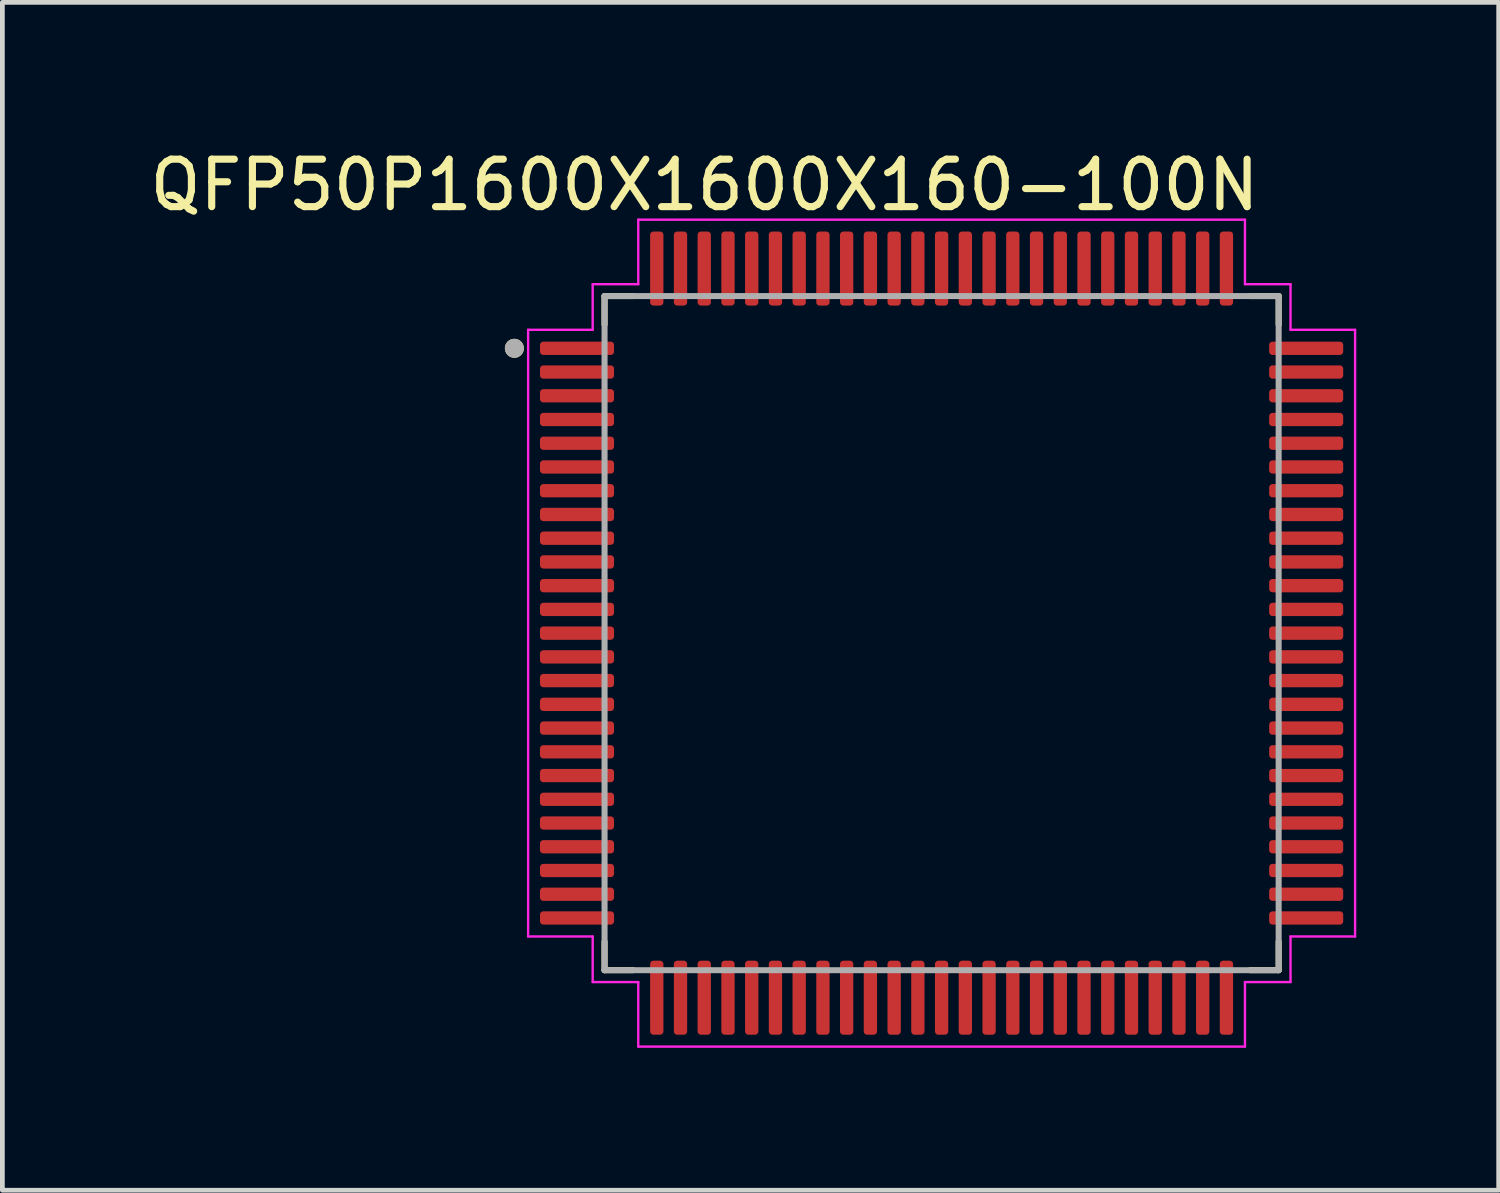
<source format=kicad_pcb>
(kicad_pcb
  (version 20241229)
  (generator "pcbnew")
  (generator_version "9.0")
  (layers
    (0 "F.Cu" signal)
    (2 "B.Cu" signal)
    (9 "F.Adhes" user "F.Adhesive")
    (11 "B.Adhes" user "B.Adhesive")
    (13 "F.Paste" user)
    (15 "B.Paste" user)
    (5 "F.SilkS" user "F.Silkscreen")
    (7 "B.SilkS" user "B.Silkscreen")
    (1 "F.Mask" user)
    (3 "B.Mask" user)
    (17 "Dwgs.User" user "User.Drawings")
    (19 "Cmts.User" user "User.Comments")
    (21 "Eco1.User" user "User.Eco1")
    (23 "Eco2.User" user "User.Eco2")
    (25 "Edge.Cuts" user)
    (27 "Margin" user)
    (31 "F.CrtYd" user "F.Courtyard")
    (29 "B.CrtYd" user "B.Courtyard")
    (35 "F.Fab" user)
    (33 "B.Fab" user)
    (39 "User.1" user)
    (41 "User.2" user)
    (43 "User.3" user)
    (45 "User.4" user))
  (footprint "QFP50P1600X1600X160-100N"
    (layer "F.Cu")
    (at 16.785 10.287)
    (property "Reference" "QFP50P1600X1600X160-100N" (at -4.994 -9.439 0) (layer "F.SilkS") (effects (font (size 1 1) (thickness 0.15))))
    (attr smd)
    (fp_line (start -7.1 -7.1) (end -7.1 -6.5) (stroke (width 0.127) (type solid)) (layer "F.SilkS"))
    (fp_line (start -7.1 6.5) (end -7.1 7.1) (stroke (width 0.127) (type solid)) (layer "F.SilkS"))
    (fp_line (start -7.1 7.1) (end -6.5 7.1) (stroke (width 0.127) (type solid)) (layer "F.SilkS"))
    (fp_line (start -6.5 -7.1) (end -7.1 -7.1) (stroke (width 0.127) (type solid)) (layer "F.SilkS"))
    (fp_line (start 6.5 -7.1) (end 7.1 -7.1) (stroke (width 0.127) (type solid)) (layer "F.SilkS"))
    (fp_line (start 7.1 -7.1) (end 7.1 -6.5) (stroke (width 0.127) (type solid)) (layer "F.SilkS"))
    (fp_line (start 7.1 6.5) (end 7.1 7.1) (stroke (width 0.127) (type solid)) (layer "F.SilkS"))
    (fp_line (start 7.1 7.1) (end 6.5 7.1) (stroke (width 0.127) (type solid)) (layer "F.SilkS"))
    (fp_circle (center -9 -6) (end -8.9 -6) (stroke (width 0.2) (type solid)) (fill no) (layer "F.SilkS"))
    (fp_line (start -8.71 -6.39) (end -7.35 -6.39) (stroke (width 0.05) (type solid)) (layer "F.CrtYd"))
    (fp_line (start -8.71 6.39) (end -8.71 -6.39) (stroke (width 0.05) (type solid)) (layer "F.CrtYd"))
    (fp_line (start -7.35 -7.35) (end -6.39 -7.35) (stroke (width 0.05) (type solid)) (layer "F.CrtYd"))
    (fp_line (start -7.35 -6.39) (end -7.35 -7.35) (stroke (width 0.05) (type solid)) (layer "F.CrtYd"))
    (fp_line (start -7.35 6.39) (end -8.71 6.39) (stroke (width 0.05) (type solid)) (layer "F.CrtYd"))
    (fp_line (start -7.35 7.35) (end -7.35 6.39) (stroke (width 0.05) (type solid)) (layer "F.CrtYd"))
    (fp_line (start -6.39 -8.71) (end 6.39 -8.71) (stroke (width 0.05) (type solid)) (layer "F.CrtYd"))
    (fp_line (start -6.39 -7.35) (end -6.39 -8.71) (stroke (width 0.05) (type solid)) (layer "F.CrtYd"))
    (fp_line (start -6.39 7.35) (end -7.35 7.35) (stroke (width 0.05) (type solid)) (layer "F.CrtYd"))
    (fp_line (start -6.39 8.71) (end -6.39 7.35) (stroke (width 0.05) (type solid)) (layer "F.CrtYd"))
    (fp_line (start 6.39 -8.71) (end 6.39 -7.35) (stroke (width 0.05) (type solid)) (layer "F.CrtYd"))
    (fp_line (start 6.39 -7.35) (end 7.35 -7.35) (stroke (width 0.05) (type solid)) (layer "F.CrtYd"))
    (fp_line (start 6.39 7.35) (end 6.39 8.71) (stroke (width 0.05) (type solid)) (layer "F.CrtYd"))
    (fp_line (start 6.39 8.71) (end -6.39 8.71) (stroke (width 0.05) (type solid)) (layer "F.CrtYd"))
    (fp_line (start 7.35 -7.35) (end 7.35 -6.39) (stroke (width 0.05) (type solid)) (layer "F.CrtYd"))
    (fp_line (start 7.35 -6.39) (end 8.71 -6.39) (stroke (width 0.05) (type solid)) (layer "F.CrtYd"))
    (fp_line (start 7.35 6.39) (end 7.35 7.35) (stroke (width 0.05) (type solid)) (layer "F.CrtYd"))
    (fp_line (start 7.35 7.35) (end 6.39 7.35) (stroke (width 0.05) (type solid)) (layer "F.CrtYd"))
    (fp_line (start 8.71 -6.39) (end 8.71 6.39) (stroke (width 0.05) (type solid)) (layer "F.CrtYd"))
    (fp_line (start 8.71 6.39) (end 7.35 6.39) (stroke (width 0.05) (type solid)) (layer "F.CrtYd"))
    (fp_line (start -7.1 -7.1) (end 7.1 -7.1) (stroke (width 0.127) (type solid)) (layer "F.Fab"))
    (fp_line (start -7.1 7.1) (end -7.1 -7.1) (stroke (width 0.127) (type solid)) (layer "F.Fab"))
    (fp_line (start 7.1 -7.1) (end 7.1 7.1) (stroke (width 0.127) (type solid)) (layer "F.Fab"))
    (fp_line (start 7.1 7.1) (end -7.1 7.1) (stroke (width 0.127) (type solid)) (layer "F.Fab"))
    (fp_circle (center -9 -6) (end -8.9 -6) (stroke (width 0.2) (type solid)) (fill no) (layer "F.Fab"))
    (pad "1" smd roundrect (at -7.68 -6) (size 1.56 0.28) (layers "F.Cu" "F.Mask" "F.Paste") (roundrect_rratio 0.25))
    (pad "2" smd roundrect (at -7.68 -5.5) (size 1.56 0.28) (layers "F.Cu" "F.Mask" "F.Paste") (roundrect_rratio 0.25))
    (pad "3" smd roundrect (at -7.68 -5) (size 1.56 0.28) (layers "F.Cu" "F.Mask" "F.Paste") (roundrect_rratio 0.25))
    (pad "4" smd roundrect (at -7.68 -4.5) (size 1.56 0.28) (layers "F.Cu" "F.Mask" "F.Paste") (roundrect_rratio 0.25))
    (pad "5" smd roundrect (at -7.68 -4) (size 1.56 0.28) (layers "F.Cu" "F.Mask" "F.Paste") (roundrect_rratio 0.25))
    (pad "6" smd roundrect (at -7.68 -3.5) (size 1.56 0.28) (layers "F.Cu" "F.Mask" "F.Paste") (roundrect_rratio 0.25))
    (pad "7" smd roundrect (at -7.68 -3) (size 1.56 0.28) (layers "F.Cu" "F.Mask" "F.Paste") (roundrect_rratio 0.25))
    (pad "8" smd roundrect (at -7.68 -2.5) (size 1.56 0.28) (layers "F.Cu" "F.Mask" "F.Paste") (roundrect_rratio 0.25))
    (pad "9" smd roundrect (at -7.68 -2) (size 1.56 0.28) (layers "F.Cu" "F.Mask" "F.Paste") (roundrect_rratio 0.25))
    (pad "10" smd roundrect (at -7.68 -1.5) (size 1.56 0.28) (layers "F.Cu" "F.Mask" "F.Paste") (roundrect_rratio 0.25))
    (pad "11" smd roundrect (at -7.68 -1) (size 1.56 0.28) (layers "F.Cu" "F.Mask" "F.Paste") (roundrect_rratio 0.25))
    (pad "12" smd roundrect (at -7.68 -0.5) (size 1.56 0.28) (layers "F.Cu" "F.Mask" "F.Paste") (roundrect_rratio 0.25))
    (pad "13" smd roundrect (at -7.68 0) (size 1.56 0.28) (layers "F.Cu" "F.Mask" "F.Paste") (roundrect_rratio 0.25))
    (pad "14" smd roundrect (at -7.68 0.5) (size 1.56 0.28) (layers "F.Cu" "F.Mask" "F.Paste") (roundrect_rratio 0.25))
    (pad "15" smd roundrect (at -7.68 1) (size 1.56 0.28) (layers "F.Cu" "F.Mask" "F.Paste") (roundrect_rratio 0.25))
    (pad "16" smd roundrect (at -7.68 1.5) (size 1.56 0.28) (layers "F.Cu" "F.Mask" "F.Paste") (roundrect_rratio 0.25))
    (pad "17" smd roundrect (at -7.68 2) (size 1.56 0.28) (layers "F.Cu" "F.Mask" "F.Paste") (roundrect_rratio 0.25))
    (pad "18" smd roundrect (at -7.68 2.5) (size 1.56 0.28) (layers "F.Cu" "F.Mask" "F.Paste") (roundrect_rratio 0.25))
    (pad "19" smd roundrect (at -7.68 3) (size 1.56 0.28) (layers "F.Cu" "F.Mask" "F.Paste") (roundrect_rratio 0.25))
    (pad "20" smd roundrect (at -7.68 3.5) (size 1.56 0.28) (layers "F.Cu" "F.Mask" "F.Paste") (roundrect_rratio 0.25))
    (pad "21" smd roundrect (at -7.68 4) (size 1.56 0.28) (layers "F.Cu" "F.Mask" "F.Paste") (roundrect_rratio 0.25))
    (pad "22" smd roundrect (at -7.68 4.5) (size 1.56 0.28) (layers "F.Cu" "F.Mask" "F.Paste") (roundrect_rratio 0.25))
    (pad "23" smd roundrect (at -7.68 5) (size 1.56 0.28) (layers "F.Cu" "F.Mask" "F.Paste") (roundrect_rratio 0.25))
    (pad "24" smd roundrect (at -7.68 5.5) (size 1.56 0.28) (layers "F.Cu" "F.Mask" "F.Paste") (roundrect_rratio 0.25))
    (pad "25" smd roundrect (at -7.68 6) (size 1.56 0.28) (layers "F.Cu" "F.Mask" "F.Paste") (roundrect_rratio 0.25))
    (pad "26" smd roundrect (at -6 7.68) (size 0.28 1.56) (layers "F.Cu" "F.Mask" "F.Paste") (roundrect_rratio 0.25))
    (pad "27" smd roundrect (at -5.5 7.68) (size 0.28 1.56) (layers "F.Cu" "F.Mask" "F.Paste") (roundrect_rratio 0.25))
    (pad "28" smd roundrect (at -5 7.68) (size 0.28 1.56) (layers "F.Cu" "F.Mask" "F.Paste") (roundrect_rratio 0.25))
    (pad "29" smd roundrect (at -4.5 7.68) (size 0.28 1.56) (layers "F.Cu" "F.Mask" "F.Paste") (roundrect_rratio 0.25))
    (pad "30" smd roundrect (at -4 7.68) (size 0.28 1.56) (layers "F.Cu" "F.Mask" "F.Paste") (roundrect_rratio 0.25))
    (pad "31" smd roundrect (at -3.5 7.68) (size 0.28 1.56) (layers "F.Cu" "F.Mask" "F.Paste") (roundrect_rratio 0.25))
    (pad "32" smd roundrect (at -3 7.68) (size 0.28 1.56) (layers "F.Cu" "F.Mask" "F.Paste") (roundrect_rratio 0.25))
    (pad "33" smd roundrect (at -2.5 7.68) (size 0.28 1.56) (layers "F.Cu" "F.Mask" "F.Paste") (roundrect_rratio 0.25))
    (pad "34" smd roundrect (at -2 7.68) (size 0.28 1.56) (layers "F.Cu" "F.Mask" "F.Paste") (roundrect_rratio 0.25))
    (pad "35" smd roundrect (at -1.5 7.68) (size 0.28 1.56) (layers "F.Cu" "F.Mask" "F.Paste") (roundrect_rratio 0.25))
    (pad "36" smd roundrect (at -1 7.68) (size 0.28 1.56) (layers "F.Cu" "F.Mask" "F.Paste") (roundrect_rratio 0.25))
    (pad "37" smd roundrect (at -0.5 7.68) (size 0.28 1.56) (layers "F.Cu" "F.Mask" "F.Paste") (roundrect_rratio 0.25))
    (pad "38" smd roundrect (at 0 7.68) (size 0.28 1.56) (layers "F.Cu" "F.Mask" "F.Paste") (roundrect_rratio 0.25))
    (pad "39" smd roundrect (at 0.5 7.68) (size 0.28 1.56) (layers "F.Cu" "F.Mask" "F.Paste") (roundrect_rratio 0.25))
    (pad "40" smd roundrect (at 1 7.68) (size 0.28 1.56) (layers "F.Cu" "F.Mask" "F.Paste") (roundrect_rratio 0.25))
    (pad "41" smd roundrect (at 1.5 7.68) (size 0.28 1.56) (layers "F.Cu" "F.Mask" "F.Paste") (roundrect_rratio 0.25))
    (pad "42" smd roundrect (at 2 7.68) (size 0.28 1.56) (layers "F.Cu" "F.Mask" "F.Paste") (roundrect_rratio 0.25))
    (pad "43" smd roundrect (at 2.5 7.68) (size 0.28 1.56) (layers "F.Cu" "F.Mask" "F.Paste") (roundrect_rratio 0.25))
    (pad "44" smd roundrect (at 3 7.68) (size 0.28 1.56) (layers "F.Cu" "F.Mask" "F.Paste") (roundrect_rratio 0.25))
    (pad "45" smd roundrect (at 3.5 7.68) (size 0.28 1.56) (layers "F.Cu" "F.Mask" "F.Paste") (roundrect_rratio 0.25))
    (pad "46" smd roundrect (at 4 7.68) (size 0.28 1.56) (layers "F.Cu" "F.Mask" "F.Paste") (roundrect_rratio 0.25))
    (pad "47" smd roundrect (at 4.5 7.68) (size 0.28 1.56) (layers "F.Cu" "F.Mask" "F.Paste") (roundrect_rratio 0.25))
    (pad "48" smd roundrect (at 5 7.68) (size 0.28 1.56) (layers "F.Cu" "F.Mask" "F.Paste") (roundrect_rratio 0.25))
    (pad "49" smd roundrect (at 5.5 7.68) (size 0.28 1.56) (layers "F.Cu" "F.Mask" "F.Paste") (roundrect_rratio 0.25))
    (pad "50" smd roundrect (at 6 7.68) (size 0.28 1.56) (layers "F.Cu" "F.Mask" "F.Paste") (roundrect_rratio 0.25))
    (pad "51" smd roundrect (at 7.68 6) (size 1.56 0.28) (layers "F.Cu" "F.Mask" "F.Paste") (roundrect_rratio 0.25))
    (pad "52" smd roundrect (at 7.68 5.5) (size 1.56 0.28) (layers "F.Cu" "F.Mask" "F.Paste") (roundrect_rratio 0.25))
    (pad "53" smd roundrect (at 7.68 5) (size 1.56 0.28) (layers "F.Cu" "F.Mask" "F.Paste") (roundrect_rratio 0.25))
    (pad "54" smd roundrect (at 7.68 4.5) (size 1.56 0.28) (layers "F.Cu" "F.Mask" "F.Paste") (roundrect_rratio 0.25))
    (pad "55" smd roundrect (at 7.68 4) (size 1.56 0.28) (layers "F.Cu" "F.Mask" "F.Paste") (roundrect_rratio 0.25))
    (pad "56" smd roundrect (at 7.68 3.5) (size 1.56 0.28) (layers "F.Cu" "F.Mask" "F.Paste") (roundrect_rratio 0.25))
    (pad "57" smd roundrect (at 7.68 3) (size 1.56 0.28) (layers "F.Cu" "F.Mask" "F.Paste") (roundrect_rratio 0.25))
    (pad "58" smd roundrect (at 7.68 2.5) (size 1.56 0.28) (layers "F.Cu" "F.Mask" "F.Paste") (roundrect_rratio 0.25))
    (pad "59" smd roundrect (at 7.68 2) (size 1.56 0.28) (layers "F.Cu" "F.Mask" "F.Paste") (roundrect_rratio 0.25))
    (pad "60" smd roundrect (at 7.68 1.5) (size 1.56 0.28) (layers "F.Cu" "F.Mask" "F.Paste") (roundrect_rratio 0.25))
    (pad "61" smd roundrect (at 7.68 1) (size 1.56 0.28) (layers "F.Cu" "F.Mask" "F.Paste") (roundrect_rratio 0.25))
    (pad "62" smd roundrect (at 7.68 0.5) (size 1.56 0.28) (layers "F.Cu" "F.Mask" "F.Paste") (roundrect_rratio 0.25))
    (pad "63" smd roundrect (at 7.68 0) (size 1.56 0.28) (layers "F.Cu" "F.Mask" "F.Paste") (roundrect_rratio 0.25))
    (pad "64" smd roundrect (at 7.68 -0.5) (size 1.56 0.28) (layers "F.Cu" "F.Mask" "F.Paste") (roundrect_rratio 0.25))
    (pad "65" smd roundrect (at 7.68 -1) (size 1.56 0.28) (layers "F.Cu" "F.Mask" "F.Paste") (roundrect_rratio 0.25))
    (pad "66" smd roundrect (at 7.68 -1.5) (size 1.56 0.28) (layers "F.Cu" "F.Mask" "F.Paste") (roundrect_rratio 0.25))
    (pad "67" smd roundrect (at 7.68 -2) (size 1.56 0.28) (layers "F.Cu" "F.Mask" "F.Paste") (roundrect_rratio 0.25))
    (pad "68" smd roundrect (at 7.68 -2.5) (size 1.56 0.28) (layers "F.Cu" "F.Mask" "F.Paste") (roundrect_rratio 0.25))
    (pad "69" smd roundrect (at 7.68 -3) (size 1.56 0.28) (layers "F.Cu" "F.Mask" "F.Paste") (roundrect_rratio 0.25))
    (pad "70" smd roundrect (at 7.68 -3.5) (size 1.56 0.28) (layers "F.Cu" "F.Mask" "F.Paste") (roundrect_rratio 0.25))
    (pad "71" smd roundrect (at 7.68 -4) (size 1.56 0.28) (layers "F.Cu" "F.Mask" "F.Paste") (roundrect_rratio 0.25))
    (pad "72" smd roundrect (at 7.68 -4.5) (size 1.56 0.28) (layers "F.Cu" "F.Mask" "F.Paste") (roundrect_rratio 0.25))
    (pad "73" smd roundrect (at 7.68 -5) (size 1.56 0.28) (layers "F.Cu" "F.Mask" "F.Paste") (roundrect_rratio 0.25))
    (pad "74" smd roundrect (at 7.68 -5.5) (size 1.56 0.28) (layers "F.Cu" "F.Mask" "F.Paste") (roundrect_rratio 0.25))
    (pad "75" smd roundrect (at 7.68 -6) (size 1.56 0.28) (layers "F.Cu" "F.Mask" "F.Paste") (roundrect_rratio 0.25))
    (pad "76" smd roundrect (at 6 -7.68) (size 0.28 1.56) (layers "F.Cu" "F.Mask" "F.Paste") (roundrect_rratio 0.25))
    (pad "77" smd roundrect (at 5.5 -7.68) (size 0.28 1.56) (layers "F.Cu" "F.Mask" "F.Paste") (roundrect_rratio 0.25))
    (pad "78" smd roundrect (at 5 -7.68) (size 0.28 1.56) (layers "F.Cu" "F.Mask" "F.Paste") (roundrect_rratio 0.25))
    (pad "79" smd roundrect (at 4.5 -7.68) (size 0.28 1.56) (layers "F.Cu" "F.Mask" "F.Paste") (roundrect_rratio 0.25))
    (pad "80" smd roundrect (at 4 -7.68) (size 0.28 1.56) (layers "F.Cu" "F.Mask" "F.Paste") (roundrect_rratio 0.25))
    (pad "81" smd roundrect (at 3.5 -7.68) (size 0.28 1.56) (layers "F.Cu" "F.Mask" "F.Paste") (roundrect_rratio 0.25))
    (pad "82" smd roundrect (at 3 -7.68) (size 0.28 1.56) (layers "F.Cu" "F.Mask" "F.Paste") (roundrect_rratio 0.25))
    (pad "83" smd roundrect (at 2.5 -7.68) (size 0.28 1.56) (layers "F.Cu" "F.Mask" "F.Paste") (roundrect_rratio 0.25))
    (pad "84" smd roundrect (at 2 -7.68) (size 0.28 1.56) (layers "F.Cu" "F.Mask" "F.Paste") (roundrect_rratio 0.25))
    (pad "85" smd roundrect (at 1.5 -7.68) (size 0.28 1.56) (layers "F.Cu" "F.Mask" "F.Paste") (roundrect_rratio 0.25))
    (pad "86" smd roundrect (at 1 -7.68) (size 0.28 1.56) (layers "F.Cu" "F.Mask" "F.Paste") (roundrect_rratio 0.25))
    (pad "87" smd roundrect (at 0.5 -7.68) (size 0.28 1.56) (layers "F.Cu" "F.Mask" "F.Paste") (roundrect_rratio 0.25))
    (pad "88" smd roundrect (at 0 -7.68) (size 0.28 1.56) (layers "F.Cu" "F.Mask" "F.Paste") (roundrect_rratio 0.25))
    (pad "89" smd roundrect (at -0.5 -7.68) (size 0.28 1.56) (layers "F.Cu" "F.Mask" "F.Paste") (roundrect_rratio 0.25))
    (pad "90" smd roundrect (at -1 -7.68) (size 0.28 1.56) (layers "F.Cu" "F.Mask" "F.Paste") (roundrect_rratio 0.25))
    (pad "91" smd roundrect (at -1.5 -7.68) (size 0.28 1.56) (layers "F.Cu" "F.Mask" "F.Paste") (roundrect_rratio 0.25))
    (pad "92" smd roundrect (at -2 -7.68) (size 0.28 1.56) (layers "F.Cu" "F.Mask" "F.Paste") (roundrect_rratio 0.25))
    (pad "93" smd roundrect (at -2.5 -7.68) (size 0.28 1.56) (layers "F.Cu" "F.Mask" "F.Paste") (roundrect_rratio 0.25))
    (pad "94" smd roundrect (at -3 -7.68) (size 0.28 1.56) (layers "F.Cu" "F.Mask" "F.Paste") (roundrect_rratio 0.25))
    (pad "95" smd roundrect (at -3.5 -7.68) (size 0.28 1.56) (layers "F.Cu" "F.Mask" "F.Paste") (roundrect_rratio 0.25))
    (pad "96" smd roundrect (at -4 -7.68) (size 0.28 1.56) (layers "F.Cu" "F.Mask" "F.Paste") (roundrect_rratio 0.25))
    (pad "97" smd roundrect (at -4.5 -7.68) (size 0.28 1.56) (layers "F.Cu" "F.Mask" "F.Paste") (roundrect_rratio 0.25))
    (pad "98" smd roundrect (at -5 -7.68) (size 0.28 1.56) (layers "F.Cu" "F.Mask" "F.Paste") (roundrect_rratio 0.25))
    (pad "99" smd roundrect (at -5.5 -7.68) (size 0.28 1.56) (layers "F.Cu" "F.Mask" "F.Paste") (roundrect_rratio 0.25))
    (pad "100" smd roundrect (at -6 -7.68) (size 0.28 1.56) (layers "F.Cu" "F.Mask" "F.Paste") (roundrect_rratio 0.25)))
  (gr_rect
    (start -3 -3)
    (end 28.52 22.022)
    (stroke (width 0.1) (type default))
    (fill no)
    (layer "Edge.Cuts")))
</source>
